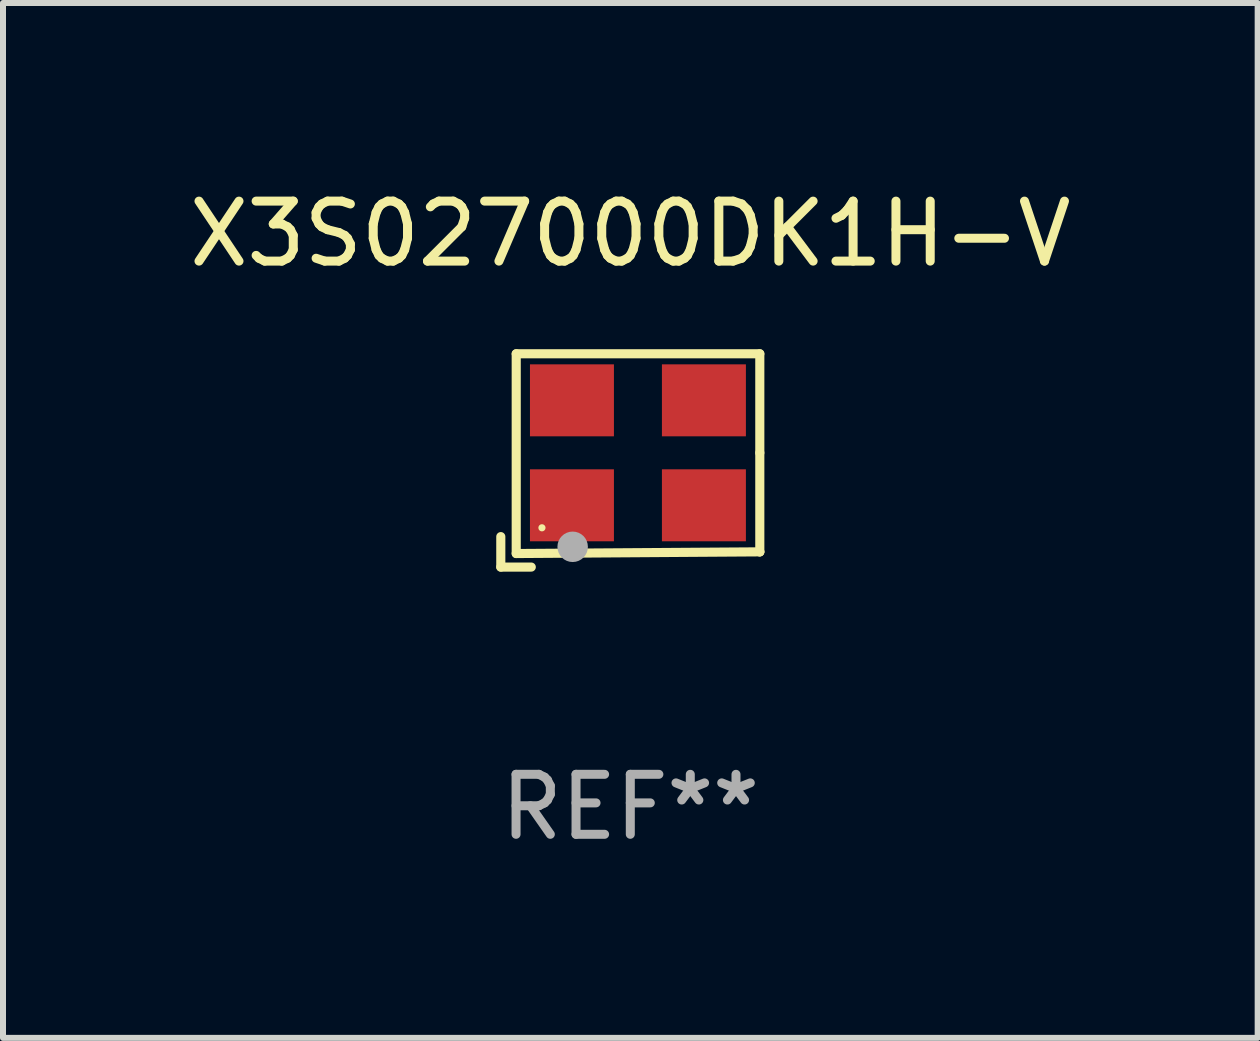
<source format=kicad_pcb>
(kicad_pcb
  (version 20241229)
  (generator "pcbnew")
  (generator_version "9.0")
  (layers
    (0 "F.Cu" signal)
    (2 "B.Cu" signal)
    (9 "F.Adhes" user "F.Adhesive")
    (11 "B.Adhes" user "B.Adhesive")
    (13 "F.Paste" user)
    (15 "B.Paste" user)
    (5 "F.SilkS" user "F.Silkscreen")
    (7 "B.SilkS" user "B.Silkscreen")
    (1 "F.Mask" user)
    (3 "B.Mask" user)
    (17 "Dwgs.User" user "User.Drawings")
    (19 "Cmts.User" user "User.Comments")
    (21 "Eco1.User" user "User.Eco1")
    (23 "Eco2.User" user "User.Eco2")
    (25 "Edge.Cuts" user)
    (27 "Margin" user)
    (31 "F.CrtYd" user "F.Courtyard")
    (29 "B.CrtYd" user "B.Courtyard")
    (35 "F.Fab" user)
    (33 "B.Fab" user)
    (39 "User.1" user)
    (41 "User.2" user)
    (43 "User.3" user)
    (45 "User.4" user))
  (footprint "X3S027000DK1H-V"
    (layer "F.Cu")
    (at 7.458 4.626)
    (property "Reference" "X3S027000DK1H-V" (at 0 -3.778 0) (layer "F.SilkS") (effects (font (size 1 1) (thickness 0.15))))
    (attr through_hole)
    (fp_line (start -2.159 1.27) (end -2.159 1.778) (stroke (width 0.152) (type solid)) (layer "F.SilkS"))
    (fp_line (start -2.159 1.778) (end -1.651 1.778) (stroke (width 0.152) (type solid)) (layer "F.SilkS"))
    (fp_line (start -1.902 -1.778) (end 2.159 -1.778) (stroke (width 0.152) (type solid)) (layer "F.SilkS"))
    (fp_line (start -1.902 1.552) (end -1.902 -1.778) (stroke (width 0.152) (type solid)) (layer "F.SilkS"))
    (fp_line (start 2.159 -1.778) (end 2.159 -0.127) (stroke (width 0.152) (type solid)) (layer "F.SilkS"))
    (fp_line (start 2.159 -0.127) (end 2.159 1.524) (stroke (width 0.152) (type solid)) (layer "F.SilkS"))
    (fp_line (start 2.159 1.524) (end -1.902 1.552) (stroke (width 0.152) (type solid)) (layer "F.SilkS"))
    (fp_line (start 2.159 1.524) (end 2.159 1.524) (stroke (width 0.152) (type solid)) (layer "F.SilkS"))
    (fp_circle (center -1.473 1.123) (end -1.443 1.123) (stroke (width 0.06) (type solid)) (fill no) (layer "F.SilkS"))
    (fp_circle (center -0.961 1.44) (end -0.834 1.44) (stroke (width 0.254) (type solid)) (fill no) (layer "F.Fab"))
    (fp_text user "REF**" (at 0 5.778 0) (layer "F.Fab") (effects (font (size 1 1) (thickness 0.15))))
    (pad "1" smd rect (at -0.973 0.748) (size 1.4 1.2) (layers "F.Cu" "F.Mask" "F.Paste"))
    (pad "2" smd rect (at 1.227 0.748) (size 1.4 1.2) (layers "F.Cu" "F.Mask" "F.Paste"))
    (pad "3" smd rect (at 1.227 -1.002) (size 1.4 1.2) (layers "F.Cu" "F.Mask" "F.Paste"))
    (pad "4" smd rect (at -0.973 -1.002) (size 1.4 1.2) (layers "F.Cu" "F.Mask" "F.Paste")))
  (gr_rect
    (start -3 -3)
    (end 17.917 14.253)
    (stroke (width 0.1) (type default))
    (fill no)
    (layer "Edge.Cuts")))
</source>
